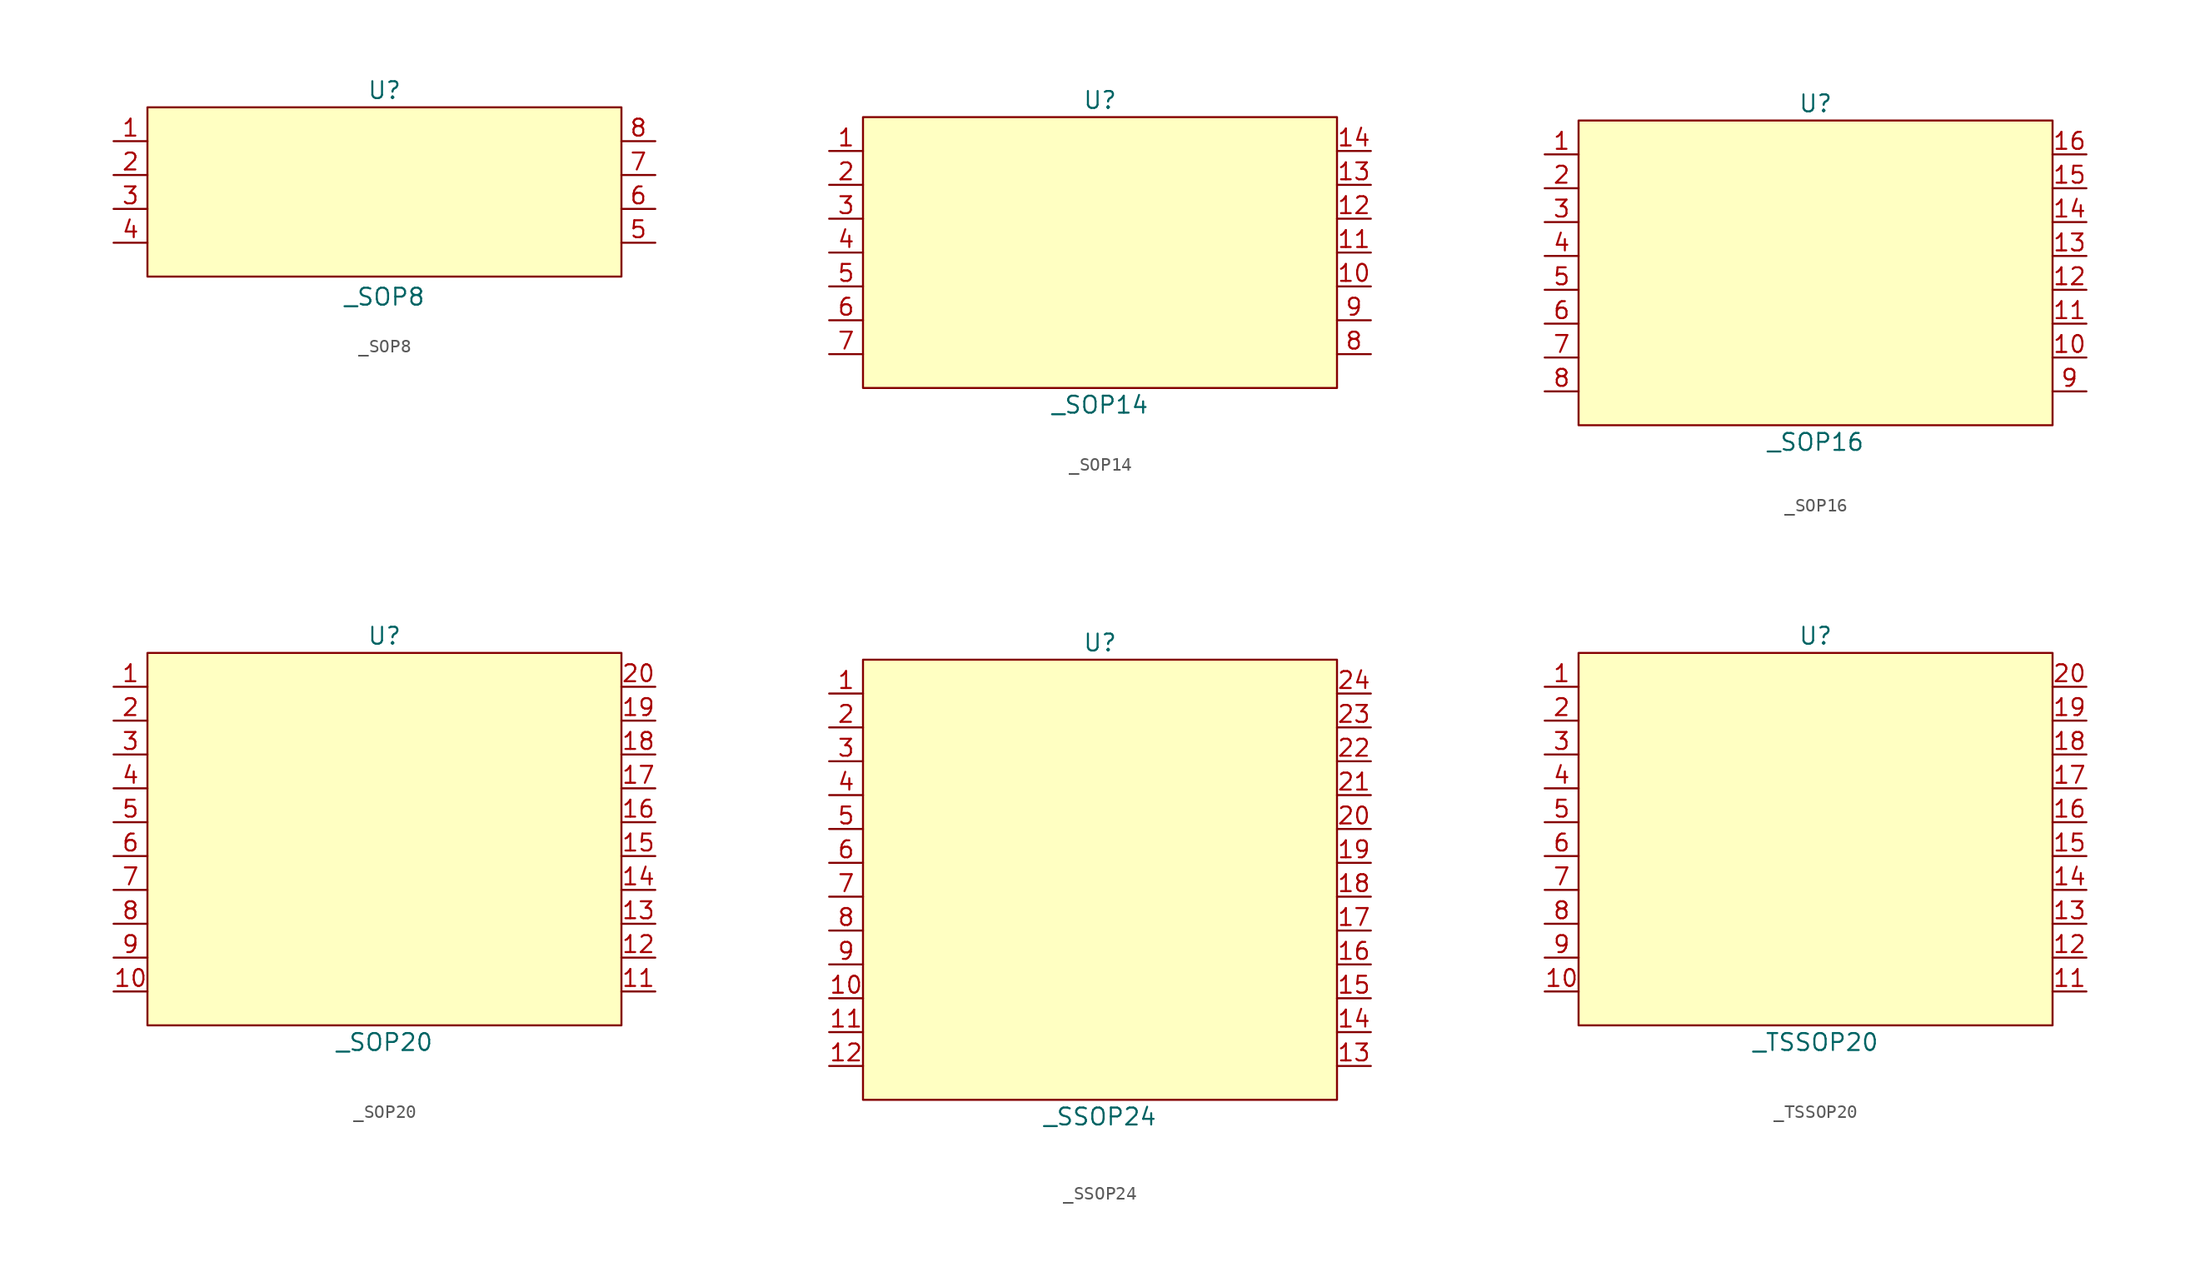
<source format=kicad_sym>
(kicad_symbol_lib
  (version 20241209)
  (generator "kicad_symbol_editor")
  (generator_version "9.0")
  (symbol "_SOP8"
    (property "Reference" "U"
      (at 0 7.62 0)
      (effects (font (size 1.27 1.27))))
    (property "Value" "_SOP8"
      (at 0 -7.874 0)
      (effects (font (size 1.27 1.27))))
    (symbol "_SOP8_0_0"
      (pin unspecified line (at -20.32 -1.27 0) (length 2.54) (name "" (effects (font (size 1.27 1.27)))) (number "3" (effects (font (size 1.27 1.27)))))
      (pin unspecified line (at -20.32 -3.81 0) (length 2.54) (name "" (effects (font (size 1.27 1.27)))) (number "4" (effects (font (size 1.27 1.27)))))
      (pin unspecified line (at 20.32 3.81 180) (length 2.54) (name "" (effects (font (size 1.27 1.27)))) (number "8" (effects (font (size 1.27 1.27)))))
      (pin unspecified line (at 20.32 1.27 180) (length 2.54) (name "" (effects (font (size 1.27 1.27)))) (number "7" (effects (font (size 1.27 1.27)))))
      (pin unspecified line (at 20.32 -1.27 180) (length 2.54) (name "" (effects (font (size 1.27 1.27)))) (number "6" (effects (font (size 1.27 1.27)))))
      (pin unspecified line (at 20.32 -3.81 180) (length 2.54) (name "" (effects (font (size 1.27 1.27)))) (number "5" (effects (font (size 1.27 1.27))))))
    (symbol "_SOP8_1_0"
      (pin unspecified line (at -20.32 3.81 0) (length 2.54) (name "" (effects (font (size 1.27 1.27)))) (number "1" (effects (font (size 1.27 1.27)))))
      (pin unspecified line (at -20.32 1.27 0) (length 2.54) (name "" (effects (font (size 1.27 1.27)))) (number "2" (effects (font (size 1.27 1.27))))))
    (symbol "_SOP8_1_1"
      (rectangle (start -17.78 6.35) (end 17.78 -6.35) (stroke (width 0) (type solid)) (fill (type background)))))
  (symbol "_SOP14"
    (property "Reference" "U"
      (at 0 11.43 0)
      (effects (font (size 1.27 1.27))))
    (property "Value" "_SOP14"
      (at 0 -11.43 0)
      (effects (font (size 1.27 1.27))))
    (symbol "_SOP14_0_0"
      (pin unspecified line (at -20.32 7.62 0) (length 2.54) (name "" (effects (font (size 1.27 1.27)))) (number "1" (effects (font (size 1.27 1.27)))))
      (pin unspecified line (at -20.32 5.08 0) (length 2.54) (name "" (effects (font (size 1.27 1.27)))) (number "2" (effects (font (size 1.27 1.27)))))
      (pin unspecified line (at -20.32 2.54 0) (length 2.54) (name "" (effects (font (size 1.27 1.27)))) (number "3" (effects (font (size 1.27 1.27)))))
      (pin unspecified line (at -20.32 0 0) (length 2.54) (name "" (effects (font (size 1.27 1.27)))) (number "4" (effects (font (size 1.27 1.27)))))
      (pin unspecified line (at -20.32 -2.54 0) (length 2.54) (name "" (effects (font (size 1.27 1.27)))) (number "5" (effects (font (size 1.27 1.27)))))
      (pin unspecified line (at -20.32 -5.08 0) (length 2.54) (name "" (effects (font (size 1.27 1.27)))) (number "6" (effects (font (size 1.27 1.27)))))
      (pin unspecified line (at -20.32 -7.62 0) (length 2.54) (name "" (effects (font (size 1.27 1.27)))) (number "7" (effects (font (size 1.27 1.27)))))
      (pin unspecified line (at 20.32 7.62 180) (length 2.54) (name "" (effects (font (size 1.27 1.27)))) (number "14" (effects (font (size 1.27 1.27)))))
      (pin unspecified line (at 20.32 5.08 180) (length 2.54) (name "" (effects (font (size 1.27 1.27)))) (number "13" (effects (font (size 1.27 1.27)))))
      (pin unspecified line (at 20.32 2.54 180) (length 2.54) (name "" (effects (font (size 1.27 1.27)))) (number "12" (effects (font (size 1.27 1.27)))))
      (pin unspecified line (at 20.32 0 180) (length 2.54) (name "" (effects (font (size 1.27 1.27)))) (number "11" (effects (font (size 1.27 1.27)))))
      (pin unspecified line (at 20.32 -2.54 180) (length 2.54) (name "" (effects (font (size 1.27 1.27)))) (number "10" (effects (font (size 1.27 1.27)))))
      (pin unspecified line (at 20.32 -5.08 180) (length 2.54) (name "" (effects (font (size 1.27 1.27)))) (number "9" (effects (font (size 1.27 1.27)))))
      (pin unspecified line (at 20.32 -7.62 180) (length 2.54) (name "" (effects (font (size 1.27 1.27)))) (number "8" (effects (font (size 1.27 1.27))))))
    (symbol "_SOP14_1_1"
      (rectangle (start -17.78 10.16) (end 17.78 -10.16) (stroke (width 0) (type solid)) (fill (type background)))))
  (symbol "_SOP16"
    (property "Reference" "U"
      (at 0 12.7 0)
      (effects (font (size 1.27 1.27))))
    (property "Value" "_SOP16"
      (at 0 -12.7 0)
      (effects (font (size 1.27 1.27))))
    (symbol "_SOP16_0_0"
      (pin unspecified line (at -20.32 8.89 0) (length 2.54) (name "" (effects (font (size 1.27 1.27)))) (number "1" (effects (font (size 1.27 1.27)))))
      (pin unspecified line (at -20.32 6.35 0) (length 2.54) (name "" (effects (font (size 1.27 1.27)))) (number "2" (effects (font (size 1.27 1.27)))))
      (pin unspecified line (at -20.32 3.81 0) (length 2.54) (name "" (effects (font (size 1.27 1.27)))) (number "3" (effects (font (size 1.27 1.27)))))
      (pin unspecified line (at -20.32 1.27 0) (length 2.54) (name "" (effects (font (size 1.27 1.27)))) (number "4" (effects (font (size 1.27 1.27)))))
      (pin unspecified line (at -20.32 -1.27 0) (length 2.54) (name "" (effects (font (size 1.27 1.27)))) (number "5" (effects (font (size 1.27 1.27)))))
      (pin unspecified line (at -20.32 -3.81 0) (length 2.54) (name "" (effects (font (size 1.27 1.27)))) (number "6" (effects (font (size 1.27 1.27)))))
      (pin unspecified line (at -20.32 -6.35 0) (length 2.54) (name "" (effects (font (size 1.27 1.27)))) (number "7" (effects (font (size 1.27 1.27)))))
      (pin unspecified line (at -20.32 -8.89 0) (length 2.54) (name "" (effects (font (size 1.27 1.27)))) (number "8" (effects (font (size 1.27 1.27)))))
      (pin unspecified line (at 20.32 8.89 180) (length 2.54) (name "" (effects (font (size 1.27 1.27)))) (number "16" (effects (font (size 1.27 1.27)))))
      (pin unspecified line (at 20.32 6.35 180) (length 2.54) (name "" (effects (font (size 1.27 1.27)))) (number "15" (effects (font (size 1.27 1.27)))))
      (pin unspecified line (at 20.32 3.81 180) (length 2.54) (name "" (effects (font (size 1.27 1.27)))) (number "14" (effects (font (size 1.27 1.27)))))
      (pin unspecified line (at 20.32 1.27 180) (length 2.54) (name "" (effects (font (size 1.27 1.27)))) (number "13" (effects (font (size 1.27 1.27)))))
      (pin unspecified line (at 20.32 -1.27 180) (length 2.54) (name "" (effects (font (size 1.27 1.27)))) (number "12" (effects (font (size 1.27 1.27)))))
      (pin unspecified line (at 20.32 -3.81 180) (length 2.54) (name "" (effects (font (size 1.27 1.27)))) (number "11" (effects (font (size 1.27 1.27)))))
      (pin unspecified line (at 20.32 -6.35 180) (length 2.54) (name "" (effects (font (size 1.27 1.27)))) (number "10" (effects (font (size 1.27 1.27)))))
      (pin unspecified line (at 20.32 -8.89 180) (length 2.54) (name "" (effects (font (size 1.27 1.27)))) (number "9" (effects (font (size 1.27 1.27))))))
    (symbol "_SOP16_1_1"
      (rectangle (start -17.78 11.43) (end 17.78 -11.43) (stroke (width 0) (type solid)) (fill (type background)))))
  (symbol "_SOP20"
    (property "Reference" "U"
      (at 0 15.24 0)
      (effects (font (size 1.27 1.27))))
    (property "Value" "_SOP20"
      (at 0 -15.24 0)
      (effects (font (size 1.27 1.27))))
    (symbol "_SOP20_0_0"
      (pin unspecified line (at -20.32 11.43 0) (length 2.54) (name "" (effects (font (size 1.27 1.27)))) (number "1" (effects (font (size 1.27 1.27)))))
      (pin unspecified line (at -20.32 8.89 0) (length 2.54) (name "" (effects (font (size 1.27 1.27)))) (number "2" (effects (font (size 1.27 1.27)))))
      (pin unspecified line (at -20.32 6.35 0) (length 2.54) (name "" (effects (font (size 1.27 1.27)))) (number "3" (effects (font (size 1.27 1.27)))))
      (pin unspecified line (at -20.32 3.81 0) (length 2.54) (name "" (effects (font (size 1.27 1.27)))) (number "4" (effects (font (size 1.27 1.27)))))
      (pin unspecified line (at -20.32 1.27 0) (length 2.54) (name "" (effects (font (size 1.27 1.27)))) (number "5" (effects (font (size 1.27 1.27)))))
      (pin unspecified line (at -20.32 -1.27 0) (length 2.54) (name "" (effects (font (size 1.27 1.27)))) (number "6" (effects (font (size 1.27 1.27)))))
      (pin unspecified line (at -20.32 -3.81 0) (length 2.54) (name "" (effects (font (size 1.27 1.27)))) (number "7" (effects (font (size 1.27 1.27)))))
      (pin unspecified line (at -20.32 -6.35 0) (length 2.54) (name "" (effects (font (size 1.27 1.27)))) (number "8" (effects (font (size 1.27 1.27)))))
      (pin unspecified line (at -20.32 -8.89 0) (length 2.54) (name "" (effects (font (size 1.27 1.27)))) (number "9" (effects (font (size 1.27 1.27)))))
      (pin unspecified line (at -20.32 -11.43 0) (length 2.54) (name "" (effects (font (size 1.27 1.27)))) (number "10" (effects (font (size 1.27 1.27)))))
      (pin unspecified line (at 20.32 11.43 180) (length 2.54) (name "" (effects (font (size 1.27 1.27)))) (number "20" (effects (font (size 1.27 1.27)))))
      (pin unspecified line (at 20.32 8.89 180) (length 2.54) (name "" (effects (font (size 1.27 1.27)))) (number "19" (effects (font (size 1.27 1.27)))))
      (pin unspecified line (at 20.32 6.35 180) (length 2.54) (name "" (effects (font (size 1.27 1.27)))) (number "18" (effects (font (size 1.27 1.27)))))
      (pin unspecified line (at 20.32 3.81 180) (length 2.54) (name "" (effects (font (size 1.27 1.27)))) (number "17" (effects (font (size 1.27 1.27)))))
      (pin unspecified line (at 20.32 1.27 180) (length 2.54) (name "" (effects (font (size 1.27 1.27)))) (number "16" (effects (font (size 1.27 1.27)))))
      (pin unspecified line (at 20.32 -1.27 180) (length 2.54) (name "" (effects (font (size 1.27 1.27)))) (number "15" (effects (font (size 1.27 1.27)))))
      (pin unspecified line (at 20.32 -3.81 180) (length 2.54) (name "" (effects (font (size 1.27 1.27)))) (number "14" (effects (font (size 1.27 1.27)))))
      (pin unspecified line (at 20.32 -6.35 180) (length 2.54) (name "" (effects (font (size 1.27 1.27)))) (number "13" (effects (font (size 1.27 1.27)))))
      (pin unspecified line (at 20.32 -8.89 180) (length 2.54) (name "" (effects (font (size 1.27 1.27)))) (number "12" (effects (font (size 1.27 1.27)))))
      (pin unspecified line (at 20.32 -11.43 180) (length 2.54) (name "" (effects (font (size 1.27 1.27)))) (number "11" (effects (font (size 1.27 1.27))))))
    (symbol "_SOP20_1_1"
      (rectangle (start -17.78 13.97) (end 17.78 -13.97) (stroke (width 0) (type solid)) (fill (type background)))))
  (symbol "_SSOP24"
    (property "Reference" "U"
      (at 0 17.78 0)
      (effects (font (size 1.27 1.27))))
    (property "Value" "_SSOP24"
      (at 0 -17.78 0)
      (effects (font (size 1.27 1.27))))
    (symbol "_SSOP24_0_0"
      (pin unspecified line (at -20.32 13.97 0) (length 2.54) (name "" (effects (font (size 1.27 1.27)))) (number "1" (effects (font (size 1.27 1.27)))))
      (pin unspecified line (at -20.32 11.43 0) (length 2.54) (name "" (effects (font (size 1.27 1.27)))) (number "2" (effects (font (size 1.27 1.27)))))
      (pin unspecified line (at -20.32 8.89 0) (length 2.54) (name "" (effects (font (size 1.27 1.27)))) (number "3" (effects (font (size 1.27 1.27)))))
      (pin unspecified line (at -20.32 6.35 0) (length 2.54) (name "" (effects (font (size 1.27 1.27)))) (number "4" (effects (font (size 1.27 1.27)))))
      (pin unspecified line (at -20.32 3.81 0) (length 2.54) (name "" (effects (font (size 1.27 1.27)))) (number "5" (effects (font (size 1.27 1.27)))))
      (pin unspecified line (at -20.32 1.27 0) (length 2.54) (name "" (effects (font (size 1.27 1.27)))) (number "6" (effects (font (size 1.27 1.27)))))
      (pin unspecified line (at -20.32 -1.27 0) (length 2.54) (name "" (effects (font (size 1.27 1.27)))) (number "7" (effects (font (size 1.27 1.27)))))
      (pin unspecified line (at -20.32 -3.81 0) (length 2.54) (name "" (effects (font (size 1.27 1.27)))) (number "8" (effects (font (size 1.27 1.27)))))
      (pin unspecified line (at -20.32 -6.35 0) (length 2.54) (name "" (effects (font (size 1.27 1.27)))) (number "9" (effects (font (size 1.27 1.27)))))
      (pin unspecified line (at -20.32 -8.89 0) (length 2.54) (name "" (effects (font (size 1.27 1.27)))) (number "10" (effects (font (size 1.27 1.27)))))
      (pin unspecified line (at -20.32 -11.43 0) (length 2.54) (name "" (effects (font (size 1.27 1.27)))) (number "11" (effects (font (size 1.27 1.27)))))
      (pin unspecified line (at -20.32 -13.97 0) (length 2.54) (name "" (effects (font (size 1.27 1.27)))) (number "12" (effects (font (size 1.27 1.27)))))
      (pin unspecified line (at 20.32 13.97 180) (length 2.54) (name "" (effects (font (size 1.27 1.27)))) (number "24" (effects (font (size 1.27 1.27)))))
      (pin unspecified line (at 20.32 11.43 180) (length 2.54) (name "" (effects (font (size 1.27 1.27)))) (number "23" (effects (font (size 1.27 1.27)))))
      (pin unspecified line (at 20.32 8.89 180) (length 2.54) (name "" (effects (font (size 1.27 1.27)))) (number "22" (effects (font (size 1.27 1.27)))))
      (pin unspecified line (at 20.32 6.35 180) (length 2.54) (name "" (effects (font (size 1.27 1.27)))) (number "21" (effects (font (size 1.27 1.27)))))
      (pin unspecified line (at 20.32 3.81 180) (length 2.54) (name "" (effects (font (size 1.27 1.27)))) (number "20" (effects (font (size 1.27 1.27)))))
      (pin unspecified line (at 20.32 1.27 180) (length 2.54) (name "" (effects (font (size 1.27 1.27)))) (number "19" (effects (font (size 1.27 1.27)))))
      (pin unspecified line (at 20.32 -1.27 180) (length 2.54) (name "" (effects (font (size 1.27 1.27)))) (number "18" (effects (font (size 1.27 1.27)))))
      (pin unspecified line (at 20.32 -3.81 180) (length 2.54) (name "" (effects (font (size 1.27 1.27)))) (number "17" (effects (font (size 1.27 1.27)))))
      (pin unspecified line (at 20.32 -6.35 180) (length 2.54) (name "" (effects (font (size 1.27 1.27)))) (number "16" (effects (font (size 1.27 1.27)))))
      (pin unspecified line (at 20.32 -8.89 180) (length 2.54) (name "" (effects (font (size 1.27 1.27)))) (number "15" (effects (font (size 1.27 1.27)))))
      (pin unspecified line (at 20.32 -11.43 180) (length 2.54) (name "" (effects (font (size 1.27 1.27)))) (number "14" (effects (font (size 1.27 1.27)))))
      (pin unspecified line (at 20.32 -13.97 180) (length 2.54) (name "" (effects (font (size 1.27 1.27)))) (number "13" (effects (font (size 1.27 1.27))))))
    (symbol "_SSOP24_1_1"
      (rectangle (start -17.78 16.51) (end 17.78 -16.51) (stroke (width 0) (type solid)) (fill (type background)))))
  (symbol "_TSSOP20"
    (property "Reference" "U"
      (at 0 15.24 0)
      (effects (font (size 1.27 1.27))))
    (property "Value" "_TSSOP20"
      (at 0 -15.24 0)
      (effects (font (size 1.27 1.27))))
    (symbol "_TSSOP20_0_0"
      (pin unspecified line (at -20.32 11.43 0) (length 2.54) (name "" (effects (font (size 1.27 1.27)))) (number "1" (effects (font (size 1.27 1.27)))))
      (pin unspecified line (at -20.32 8.89 0) (length 2.54) (name "" (effects (font (size 1.27 1.27)))) (number "2" (effects (font (size 1.27 1.27)))))
      (pin unspecified line (at -20.32 6.35 0) (length 2.54) (name "" (effects (font (size 1.27 1.27)))) (number "3" (effects (font (size 1.27 1.27)))))
      (pin unspecified line (at -20.32 3.81 0) (length 2.54) (name "" (effects (font (size 1.27 1.27)))) (number "4" (effects (font (size 1.27 1.27)))))
      (pin unspecified line (at -20.32 1.27 0) (length 2.54) (name "" (effects (font (size 1.27 1.27)))) (number "5" (effects (font (size 1.27 1.27)))))
      (pin unspecified line (at -20.32 -1.27 0) (length 2.54) (name "" (effects (font (size 1.27 1.27)))) (number "6" (effects (font (size 1.27 1.27)))))
      (pin unspecified line (at -20.32 -3.81 0) (length 2.54) (name "" (effects (font (size 1.27 1.27)))) (number "7" (effects (font (size 1.27 1.27)))))
      (pin unspecified line (at -20.32 -6.35 0) (length 2.54) (name "" (effects (font (size 1.27 1.27)))) (number "8" (effects (font (size 1.27 1.27)))))
      (pin unspecified line (at -20.32 -8.89 0) (length 2.54) (name "" (effects (font (size 1.27 1.27)))) (number "9" (effects (font (size 1.27 1.27)))))
      (pin unspecified line (at -20.32 -11.43 0) (length 2.54) (name "" (effects (font (size 1.27 1.27)))) (number "10" (effects (font (size 1.27 1.27)))))
      (pin unspecified line (at 20.32 11.43 180) (length 2.54) (name "" (effects (font (size 1.27 1.27)))) (number "20" (effects (font (size 1.27 1.27)))))
      (pin unspecified line (at 20.32 8.89 180) (length 2.54) (name "" (effects (font (size 1.27 1.27)))) (number "19" (effects (font (size 1.27 1.27)))))
      (pin unspecified line (at 20.32 6.35 180) (length 2.54) (name "" (effects (font (size 1.27 1.27)))) (number "18" (effects (font (size 1.27 1.27)))))
      (pin unspecified line (at 20.32 3.81 180) (length 2.54) (name "" (effects (font (size 1.27 1.27)))) (number "17" (effects (font (size 1.27 1.27)))))
      (pin unspecified line (at 20.32 1.27 180) (length 2.54) (name "" (effects (font (size 1.27 1.27)))) (number "16" (effects (font (size 1.27 1.27)))))
      (pin unspecified line (at 20.32 -1.27 180) (length 2.54) (name "" (effects (font (size 1.27 1.27)))) (number "15" (effects (font (size 1.27 1.27)))))
      (pin unspecified line (at 20.32 -3.81 180) (length 2.54) (name "" (effects (font (size 1.27 1.27)))) (number "14" (effects (font (size 1.27 1.27)))))
      (pin unspecified line (at 20.32 -6.35 180) (length 2.54) (name "" (effects (font (size 1.27 1.27)))) (number "13" (effects (font (size 1.27 1.27)))))
      (pin unspecified line (at 20.32 -8.89 180) (length 2.54) (name "" (effects (font (size 1.27 1.27)))) (number "12" (effects (font (size 1.27 1.27)))))
      (pin unspecified line (at 20.32 -11.43 180) (length 2.54) (name "" (effects (font (size 1.27 1.27)))) (number "11" (effects (font (size 1.27 1.27))))))
    (symbol "_TSSOP20_1_1"
      (rectangle (start -17.78 13.97) (end 17.78 -13.97) (stroke (width 0) (type solid)) (fill (type background))))))
</source>
